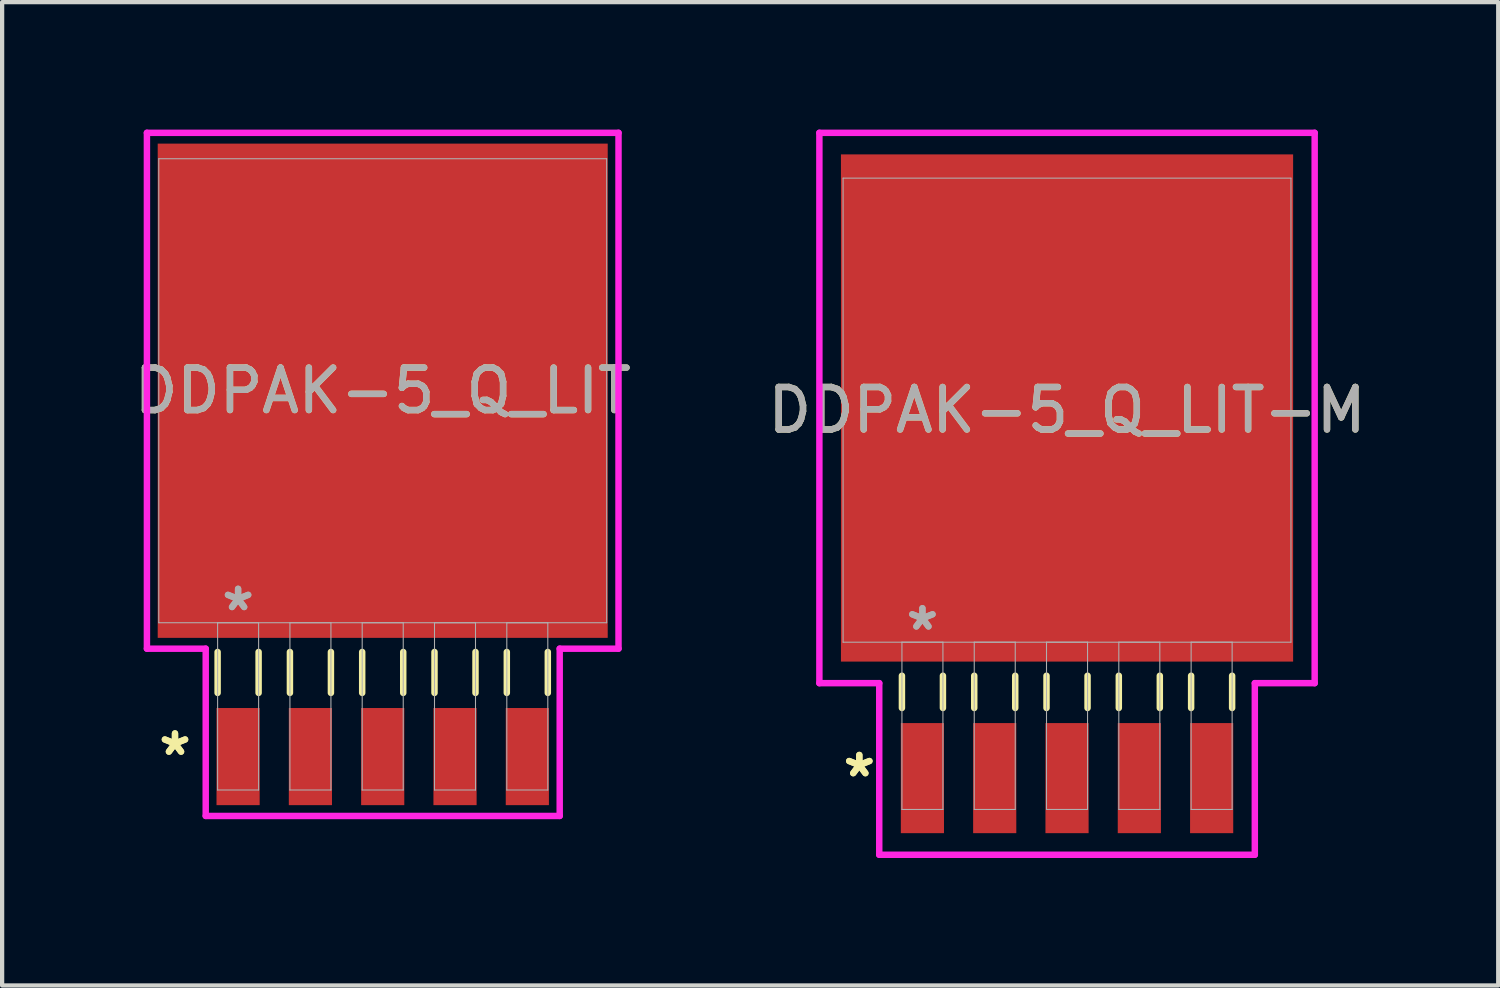
<source format=kicad_pcb>
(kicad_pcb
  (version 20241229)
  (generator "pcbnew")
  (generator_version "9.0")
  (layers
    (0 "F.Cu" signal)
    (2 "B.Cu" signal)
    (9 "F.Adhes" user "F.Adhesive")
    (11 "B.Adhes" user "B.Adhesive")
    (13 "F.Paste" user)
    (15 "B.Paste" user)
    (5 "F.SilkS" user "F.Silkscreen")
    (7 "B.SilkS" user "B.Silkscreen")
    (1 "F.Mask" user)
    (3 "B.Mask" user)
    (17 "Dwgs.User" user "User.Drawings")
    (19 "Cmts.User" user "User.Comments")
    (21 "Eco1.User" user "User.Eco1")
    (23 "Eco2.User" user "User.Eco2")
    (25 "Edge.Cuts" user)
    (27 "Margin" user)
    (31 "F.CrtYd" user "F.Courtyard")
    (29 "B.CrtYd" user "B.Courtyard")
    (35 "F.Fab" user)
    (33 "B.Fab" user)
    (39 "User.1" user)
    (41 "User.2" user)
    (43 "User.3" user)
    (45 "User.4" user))
  (footprint "DDPAK-5_Q_LIT"
    (layer "F.Cu")
    (at 5.958 6.147)
    (property "Reference" "DDPAK-5_Q_LIT" (at 0 0 0) (unlocked yes) (layer "F.SilkS") (effects (font (size 1 1) (thickness 0.15))))
    (attr smd)
    (fp_line (start -3.886 6.149) (end -3.886 7.112) (stroke (width 0.152) (type solid)) (layer "F.SilkS"))
    (fp_line (start -2.921 6.149) (end -2.921 7.112) (stroke (width 0.152) (type solid)) (layer "F.SilkS"))
    (fp_line (start -2.184 6.149) (end -2.184 7.112) (stroke (width 0.152) (type solid)) (layer "F.SilkS"))
    (fp_line (start -1.219 6.149) (end -1.219 7.112) (stroke (width 0.152) (type solid)) (layer "F.SilkS"))
    (fp_line (start -0.483 6.149) (end -0.483 7.112) (stroke (width 0.152) (type solid)) (layer "F.SilkS"))
    (fp_line (start 0.483 6.149) (end 0.483 7.112) (stroke (width 0.152) (type solid)) (layer "F.SilkS"))
    (fp_line (start 1.219 6.149) (end 1.219 7.112) (stroke (width 0.152) (type solid)) (layer "F.SilkS"))
    (fp_line (start 2.184 6.149) (end 2.184 7.112) (stroke (width 0.152) (type solid)) (layer "F.SilkS"))
    (fp_line (start 2.921 6.149) (end 2.921 7.112) (stroke (width 0.152) (type solid)) (layer "F.SilkS"))
    (fp_line (start 3.886 6.149) (end 3.886 7.112) (stroke (width 0.152) (type solid)) (layer "F.SilkS"))
    (fp_line (start -5.55 -6.071) (end 5.55 -6.071) (stroke (width 0.152) (type solid)) (layer "F.CrtYd"))
    (fp_line (start -5.55 6.071) (end -5.55 -6.071) (stroke (width 0.152) (type solid)) (layer "F.CrtYd"))
    (fp_line (start -4.166 6.071) (end -5.55 6.071) (stroke (width 0.152) (type solid)) (layer "F.CrtYd"))
    (fp_line (start -4.166 10.008) (end -4.166 6.071) (stroke (width 0.152) (type solid)) (layer "F.CrtYd"))
    (fp_line (start 4.166 6.071) (end 4.166 10.008) (stroke (width 0.152) (type solid)) (layer "F.CrtYd"))
    (fp_line (start 4.166 10.008) (end -4.166 10.008) (stroke (width 0.152) (type solid)) (layer "F.CrtYd"))
    (fp_line (start 5.55 -6.071) (end 5.55 6.071) (stroke (width 0.152) (type solid)) (layer "F.CrtYd"))
    (fp_line (start 5.55 6.071) (end 4.166 6.071) (stroke (width 0.152) (type solid)) (layer "F.CrtYd"))
    (fp_line (start -5.271 -5.461) (end -5.271 5.461) (stroke (width 0.025) (type solid)) (layer "F.Fab"))
    (fp_line (start -5.271 5.461) (end 5.271 5.461) (stroke (width 0.025) (type solid)) (layer "F.Fab"))
    (fp_line (start -3.886 5.461) (end -3.886 9.398) (stroke (width 0.025) (type solid)) (layer "F.Fab"))
    (fp_line (start -3.886 9.398) (end -2.921 9.398) (stroke (width 0.025) (type solid)) (layer "F.Fab"))
    (fp_line (start -2.921 5.461) (end -3.886 5.461) (stroke (width 0.025) (type solid)) (layer "F.Fab"))
    (fp_line (start -2.921 9.398) (end -2.921 5.461) (stroke (width 0.025) (type solid)) (layer "F.Fab"))
    (fp_line (start -2.184 5.461) (end -2.184 9.398) (stroke (width 0.025) (type solid)) (layer "F.Fab"))
    (fp_line (start -2.184 9.398) (end -1.219 9.398) (stroke (width 0.025) (type solid)) (layer "F.Fab"))
    (fp_line (start -1.219 5.461) (end -2.184 5.461) (stroke (width 0.025) (type solid)) (layer "F.Fab"))
    (fp_line (start -1.219 9.398) (end -1.219 5.461) (stroke (width 0.025) (type solid)) (layer "F.Fab"))
    (fp_line (start -0.483 5.461) (end -0.483 9.398) (stroke (width 0.025) (type solid)) (layer "F.Fab"))
    (fp_line (start -0.483 9.398) (end 0.483 9.398) (stroke (width 0.025) (type solid)) (layer "F.Fab"))
    (fp_line (start 0.483 5.461) (end -0.483 5.461) (stroke (width 0.025) (type solid)) (layer "F.Fab"))
    (fp_line (start 0.483 9.398) (end 0.483 5.461) (stroke (width 0.025) (type solid)) (layer "F.Fab"))
    (fp_line (start 1.219 5.461) (end 1.219 9.398) (stroke (width 0.025) (type solid)) (layer "F.Fab"))
    (fp_line (start 1.219 9.398) (end 2.184 9.398) (stroke (width 0.025) (type solid)) (layer "F.Fab"))
    (fp_line (start 2.184 5.461) (end 1.219 5.461) (stroke (width 0.025) (type solid)) (layer "F.Fab"))
    (fp_line (start 2.184 9.398) (end 2.184 5.461) (stroke (width 0.025) (type solid)) (layer "F.Fab"))
    (fp_line (start 2.921 5.461) (end 2.921 9.398) (stroke (width 0.025) (type solid)) (layer "F.Fab"))
    (fp_line (start 2.921 9.398) (end 3.886 9.398) (stroke (width 0.025) (type solid)) (layer "F.Fab"))
    (fp_line (start 3.886 5.461) (end 2.921 5.461) (stroke (width 0.025) (type solid)) (layer "F.Fab"))
    (fp_line (start 3.886 9.398) (end 3.886 5.461) (stroke (width 0.025) (type solid)) (layer "F.Fab"))
    (fp_line (start 5.271 -5.461) (end -5.271 -5.461) (stroke (width 0.025) (type solid)) (layer "F.Fab"))
    (fp_line (start 5.271 5.461) (end 5.271 -5.461) (stroke (width 0.025) (type solid)) (layer "F.Fab"))
    (fp_text user "*" (at -4.889 8.611 0) (layer "F.SilkS") (effects (font (size 1 1) (thickness 0.15))))
    (fp_text user "*" (at -4.889 8.611 0) (unlocked yes) (layer "F.SilkS") (effects (font (size 1 1) (thickness 0.15))))
    (fp_text user "${REFERENCE}" (at 0 0 0) (unlocked yes) (layer "F.Fab") (effects (font (size 1 1) (thickness 0.15))))
    (fp_text user "*" (at -3.404 5.207 0) (unlocked yes) (layer "F.Fab") (effects (font (size 1 1) (thickness 0.15))))
    (fp_text user "*" (at -3.404 5.207 0) (layer "F.Fab") (effects (font (size 1 1) (thickness 0.15))))
    (pad "1" smd rect (at -3.404 8.611) (size 1.016 2.286) (layers "F.Cu" "F.Mask" "F.Paste"))
    (pad "2" smd rect (at -1.702 8.611) (size 1.016 2.286) (layers "F.Cu" "F.Mask" "F.Paste"))
    (pad "3" smd rect (at 0 8.611) (size 1.016 2.286) (layers "F.Cu" "F.Mask" "F.Paste"))
    (pad "4" smd rect (at 1.702 8.611) (size 1.016 2.286) (layers "F.Cu" "F.Mask" "F.Paste"))
    (pad "5" smd rect (at 3.404 8.611) (size 1.016 2.286) (layers "F.Cu" "F.Mask" "F.Paste"))
    (pad "6" smd rect (at 0 0) (size 10.592 11.633) (layers "F.Cu" "F.Mask" "F.Paste")))
  (footprint "DDPAK-5_Q_LIT-M"
    (layer "F.Cu")
    (at 22.065 6.604)
    (property "Reference" "DDPAK-5_Q_LIT-M" (at 0 0 0) (unlocked yes) (layer "F.SilkS") (effects (font (size 1 1) (thickness 0.15))))
    (attr smd)
    (fp_line (start -3.886 6.251) (end -3.886 7.01) (stroke (width 0.152) (type solid)) (layer "F.SilkS"))
    (fp_line (start -2.921 6.251) (end -2.921 7.01) (stroke (width 0.152) (type solid)) (layer "F.SilkS"))
    (fp_line (start -2.184 6.251) (end -2.184 7.01) (stroke (width 0.152) (type solid)) (layer "F.SilkS"))
    (fp_line (start -1.219 6.251) (end -1.219 7.01) (stroke (width 0.152) (type solid)) (layer "F.SilkS"))
    (fp_line (start -0.483 6.251) (end -0.483 7.01) (stroke (width 0.152) (type solid)) (layer "F.SilkS"))
    (fp_line (start 0.483 6.251) (end 0.483 7.01) (stroke (width 0.152) (type solid)) (layer "F.SilkS"))
    (fp_line (start 1.219 6.251) (end 1.219 7.01) (stroke (width 0.152) (type solid)) (layer "F.SilkS"))
    (fp_line (start 2.184 6.251) (end 2.184 7.01) (stroke (width 0.152) (type solid)) (layer "F.SilkS"))
    (fp_line (start 2.921 6.251) (end 2.921 7.01) (stroke (width 0.152) (type solid)) (layer "F.SilkS"))
    (fp_line (start 3.886 6.251) (end 3.886 7.01) (stroke (width 0.152) (type solid)) (layer "F.SilkS"))
    (fp_line (start -5.829 -6.528) (end 5.829 -6.528) (stroke (width 0.152) (type solid)) (layer "F.CrtYd"))
    (fp_line (start -5.829 6.426) (end -5.829 -6.528) (stroke (width 0.152) (type solid)) (layer "F.CrtYd"))
    (fp_line (start -4.42 6.426) (end -5.829 6.426) (stroke (width 0.152) (type solid)) (layer "F.CrtYd"))
    (fp_line (start -4.42 10.465) (end -4.42 6.426) (stroke (width 0.152) (type solid)) (layer "F.CrtYd"))
    (fp_line (start 4.42 6.426) (end 4.42 10.465) (stroke (width 0.152) (type solid)) (layer "F.CrtYd"))
    (fp_line (start 4.42 10.465) (end -4.42 10.465) (stroke (width 0.152) (type solid)) (layer "F.CrtYd"))
    (fp_line (start 5.829 -6.528) (end 5.829 6.426) (stroke (width 0.152) (type solid)) (layer "F.CrtYd"))
    (fp_line (start 5.829 6.426) (end 4.42 6.426) (stroke (width 0.152) (type solid)) (layer "F.CrtYd"))
    (fp_line (start -5.271 -5.461) (end -5.271 5.461) (stroke (width 0.025) (type solid)) (layer "F.Fab"))
    (fp_line (start -5.271 5.461) (end 5.271 5.461) (stroke (width 0.025) (type solid)) (layer "F.Fab"))
    (fp_line (start -3.886 5.461) (end -3.886 9.398) (stroke (width 0.025) (type solid)) (layer "F.Fab"))
    (fp_line (start -3.886 9.398) (end -2.921 9.398) (stroke (width 0.025) (type solid)) (layer "F.Fab"))
    (fp_line (start -2.921 5.461) (end -3.886 5.461) (stroke (width 0.025) (type solid)) (layer "F.Fab"))
    (fp_line (start -2.921 9.398) (end -2.921 5.461) (stroke (width 0.025) (type solid)) (layer "F.Fab"))
    (fp_line (start -2.184 5.461) (end -2.184 9.398) (stroke (width 0.025) (type solid)) (layer "F.Fab"))
    (fp_line (start -2.184 9.398) (end -1.219 9.398) (stroke (width 0.025) (type solid)) (layer "F.Fab"))
    (fp_line (start -1.219 5.461) (end -2.184 5.461) (stroke (width 0.025) (type solid)) (layer "F.Fab"))
    (fp_line (start -1.219 9.398) (end -1.219 5.461) (stroke (width 0.025) (type solid)) (layer "F.Fab"))
    (fp_line (start -0.483 5.461) (end -0.483 9.398) (stroke (width 0.025) (type solid)) (layer "F.Fab"))
    (fp_line (start -0.483 9.398) (end 0.483 9.398) (stroke (width 0.025) (type solid)) (layer "F.Fab"))
    (fp_line (start 0.483 5.461) (end -0.483 5.461) (stroke (width 0.025) (type solid)) (layer "F.Fab"))
    (fp_line (start 0.483 9.398) (end 0.483 5.461) (stroke (width 0.025) (type solid)) (layer "F.Fab"))
    (fp_line (start 1.219 5.461) (end 1.219 9.398) (stroke (width 0.025) (type solid)) (layer "F.Fab"))
    (fp_line (start 1.219 9.398) (end 2.184 9.398) (stroke (width 0.025) (type solid)) (layer "F.Fab"))
    (fp_line (start 2.184 5.461) (end 1.219 5.461) (stroke (width 0.025) (type solid)) (layer "F.Fab"))
    (fp_line (start 2.184 9.398) (end 2.184 5.461) (stroke (width 0.025) (type solid)) (layer "F.Fab"))
    (fp_line (start 2.921 5.461) (end 2.921 9.398) (stroke (width 0.025) (type solid)) (layer "F.Fab"))
    (fp_line (start 2.921 9.398) (end 3.886 9.398) (stroke (width 0.025) (type solid)) (layer "F.Fab"))
    (fp_line (start 3.886 5.461) (end 2.921 5.461) (stroke (width 0.025) (type solid)) (layer "F.Fab"))
    (fp_line (start 3.886 9.398) (end 3.886 5.461) (stroke (width 0.025) (type solid)) (layer "F.Fab"))
    (fp_line (start 5.271 -5.461) (end -5.271 -5.461) (stroke (width 0.025) (type solid)) (layer "F.Fab"))
    (fp_line (start 5.271 5.461) (end 5.271 -5.461) (stroke (width 0.025) (type solid)) (layer "F.Fab"))
    (fp_text user "*" (at -4.889 8.661 0) (unlocked yes) (layer "F.SilkS") (effects (font (size 1 1) (thickness 0.15))))
    (fp_text user "*" (at -4.889 8.661 0) (layer "F.SilkS") (effects (font (size 1 1) (thickness 0.15))))
    (fp_text user "*" (at -3.404 5.207 0) (layer "F.Fab") (effects (font (size 1 1) (thickness 0.15))))
    (fp_text user "*" (at -3.404 5.207 0) (unlocked yes) (layer "F.Fab") (effects (font (size 1 1) (thickness 0.15))))
    (fp_text user "${REFERENCE}" (at 0 0 0) (unlocked yes) (layer "F.Fab") (effects (font (size 1 1) (thickness 0.15))))
    (pad "1" smd rect (at -3.404 8.661) (size 1.016 2.591) (layers "F.Cu" "F.Mask" "F.Paste"))
    (pad "2" smd rect (at -1.702 8.661) (size 1.016 2.591) (layers "F.Cu" "F.Mask" "F.Paste"))
    (pad "3" smd rect (at 0 8.661) (size 1.016 2.591) (layers "F.Cu" "F.Mask" "F.Paste"))
    (pad "4" smd rect (at 1.702 8.661) (size 1.016 2.591) (layers "F.Cu" "F.Mask" "F.Paste"))
    (pad "5" smd rect (at 3.404 8.661) (size 1.016 2.591) (layers "F.Cu" "F.Mask" "F.Paste"))
    (pad "6" smd rect (at 0 -0.051) (size 10.643 11.938) (layers "F.Cu" "F.Mask" "F.Paste")))
  (gr_rect
    (start -3 -3)
    (end 32.214 20.145)
    (stroke (width 0.1) (type default))
    (fill no)
    (layer "Edge.Cuts")))
</source>
